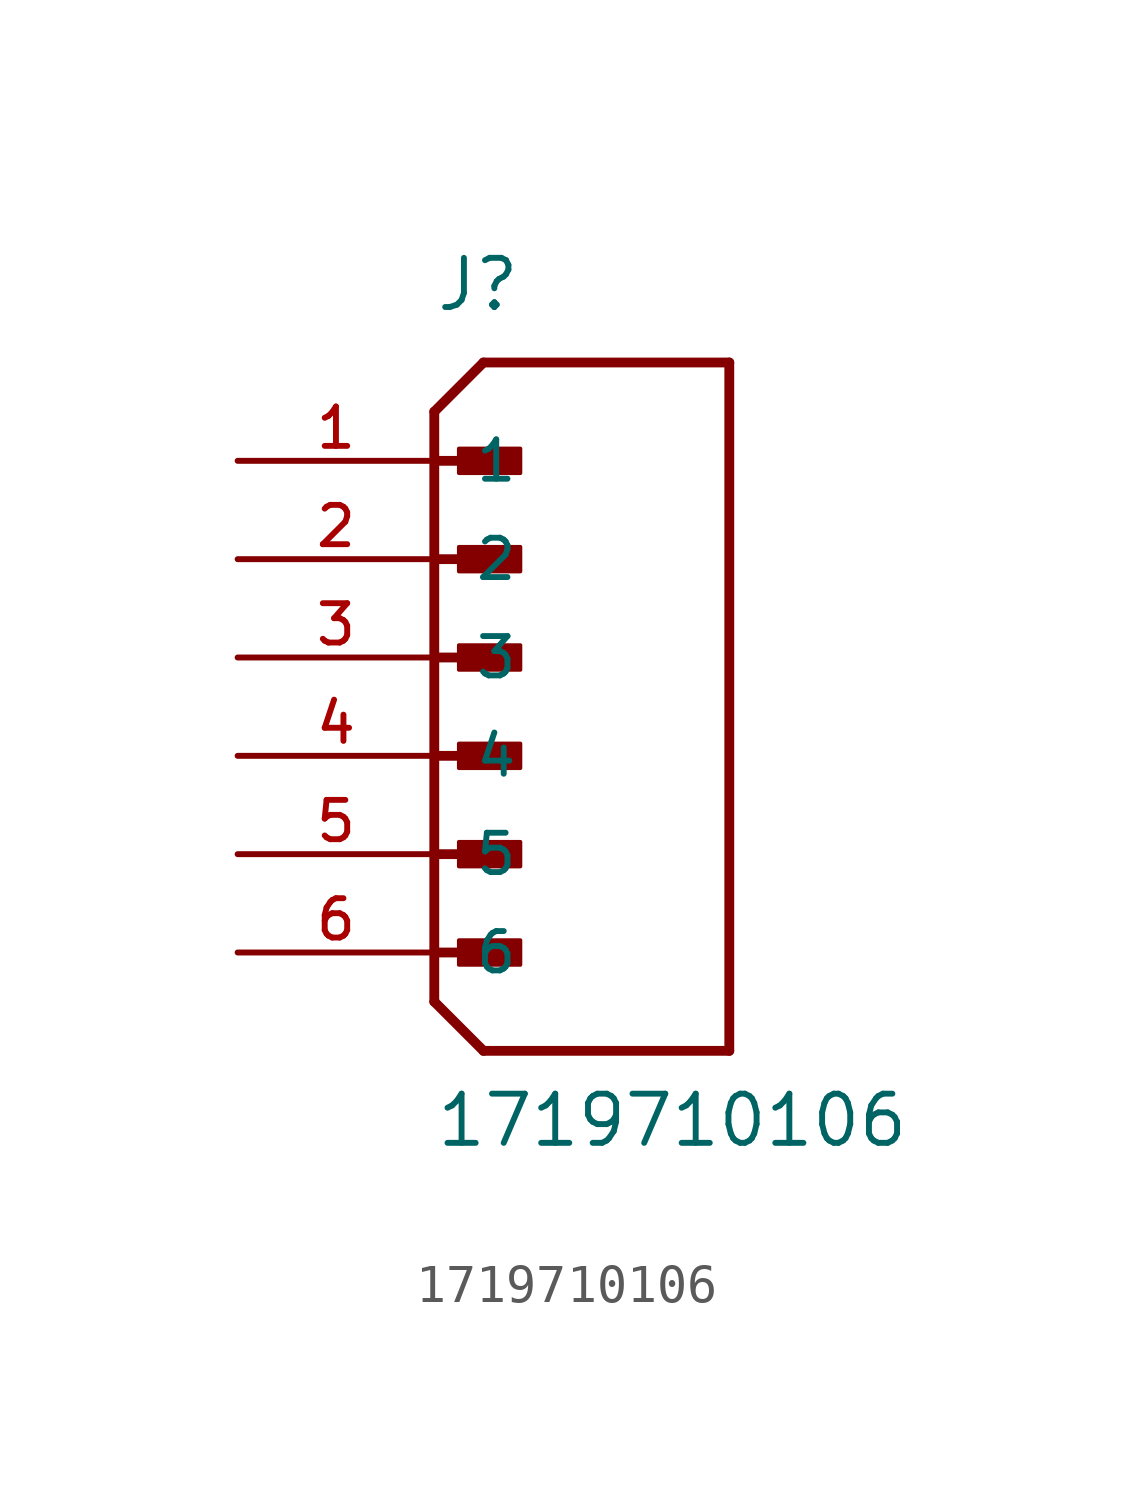
<source format=kicad_sym>
(kicad_symbol_lib
  (version 20211014)
  (generator kicad_symbol_editor)
  (symbol "1719710106"
    (pin_names
      (offset 1.016))
    (property "Reference" "J"
      (at 0.0 8.89 0)
      (effects (font (size 1.27 1.27)) (justify bottom left)))
    (property "Value" "1719710106"
      (at 0.0 -12.7 0)
      (effects (font (size 1.27 1.27)) (justify bottom left)))
    (symbol "1719710106_0_0"
      (polyline (pts (xy 0.0 6.35) (xy 1.27 7.62)) (stroke (width 0.254)))
      (polyline (pts (xy 0.0 6.35) (xy 0.0 5.08)) (stroke (width 0.254)))
      (polyline (pts (xy 0.0 5.08) (xy 0.0 -8.89)) (stroke (width 0.254)))
      (polyline (pts (xy 0.0 -8.89) (xy 1.27 -10.16)) (stroke (width 0.254)))
      (polyline (pts (xy 1.27 -10.16) (xy 7.62 -10.16)) (stroke (width 0.254)))
      (polyline (pts (xy 7.62 -10.16) (xy 7.62 7.62)) (stroke (width 0.254)))
      (polyline (pts (xy 7.62 7.62) (xy 1.27 7.62)) (stroke (width 0.254)))
      (polyline (pts (xy 0.0 5.08) (xy 1.905 5.08)) (stroke (width 0.254)))
      (rectangle (start 0.635 4.763) (end 2.223 5.397) (stroke (width 0.1)) (fill (type outline)))
      (polyline (pts (xy 0.0 2.54) (xy 1.905 2.54)) (stroke (width 0.254)))
      (rectangle (start 0.635 2.223) (end 2.223 2.857) (stroke (width 0.1)) (fill (type outline)))
      (polyline (pts (xy 0.0 0.0) (xy 1.905 0.0)) (stroke (width 0.254)))
      (rectangle (start 0.635 -0.318) (end 2.223 0.318) (stroke (width 0.1)) (fill (type outline)))
      (polyline (pts (xy 0.0 -2.54) (xy 1.905 -2.54)) (stroke (width 0.254)))
      (rectangle (start 0.635 -2.857) (end 2.223 -2.223) (stroke (width 0.1)) (fill (type outline)))
      (polyline (pts (xy 0.0 -5.08) (xy 1.905 -5.08)) (stroke (width 0.254)))
      (rectangle (start 0.635 -5.397) (end 2.223 -4.763) (stroke (width 0.1)) (fill (type outline)))
      (polyline (pts (xy 0.0 -7.62) (xy 1.905 -7.62)) (stroke (width 0.254)))
      (rectangle (start 0.635 -7.938) (end 2.223 -7.303) (stroke (width 0.1)) (fill (type outline)))
      (pin passive line (at -5.08 5.08 0) (length 5.08) (name "1" (effects (font (size 1.016 1.016)))) (number "1" (effects (font (size 1.016 1.016)))))
      (pin passive line (at -5.08 2.54 0) (length 5.08) (name "2" (effects (font (size 1.016 1.016)))) (number "2" (effects (font (size 1.016 1.016)))))
      (pin passive line (at -5.08 0.0 0) (length 5.08) (name "3" (effects (font (size 1.016 1.016)))) (number "3" (effects (font (size 1.016 1.016)))))
      (pin passive line (at -5.08 -2.54 0) (length 5.08) (name "4" (effects (font (size 1.016 1.016)))) (number "4" (effects (font (size 1.016 1.016)))))
      (pin passive line (at -5.08 -5.08 0) (length 5.08) (name "5" (effects (font (size 1.016 1.016)))) (number "5" (effects (font (size 1.016 1.016)))))
      (pin passive line (at -5.08 -7.62 0) (length 5.08) (name "6" (effects (font (size 1.016 1.016)))) (number "6" (effects (font (size 1.016 1.016))))))))
</source>
